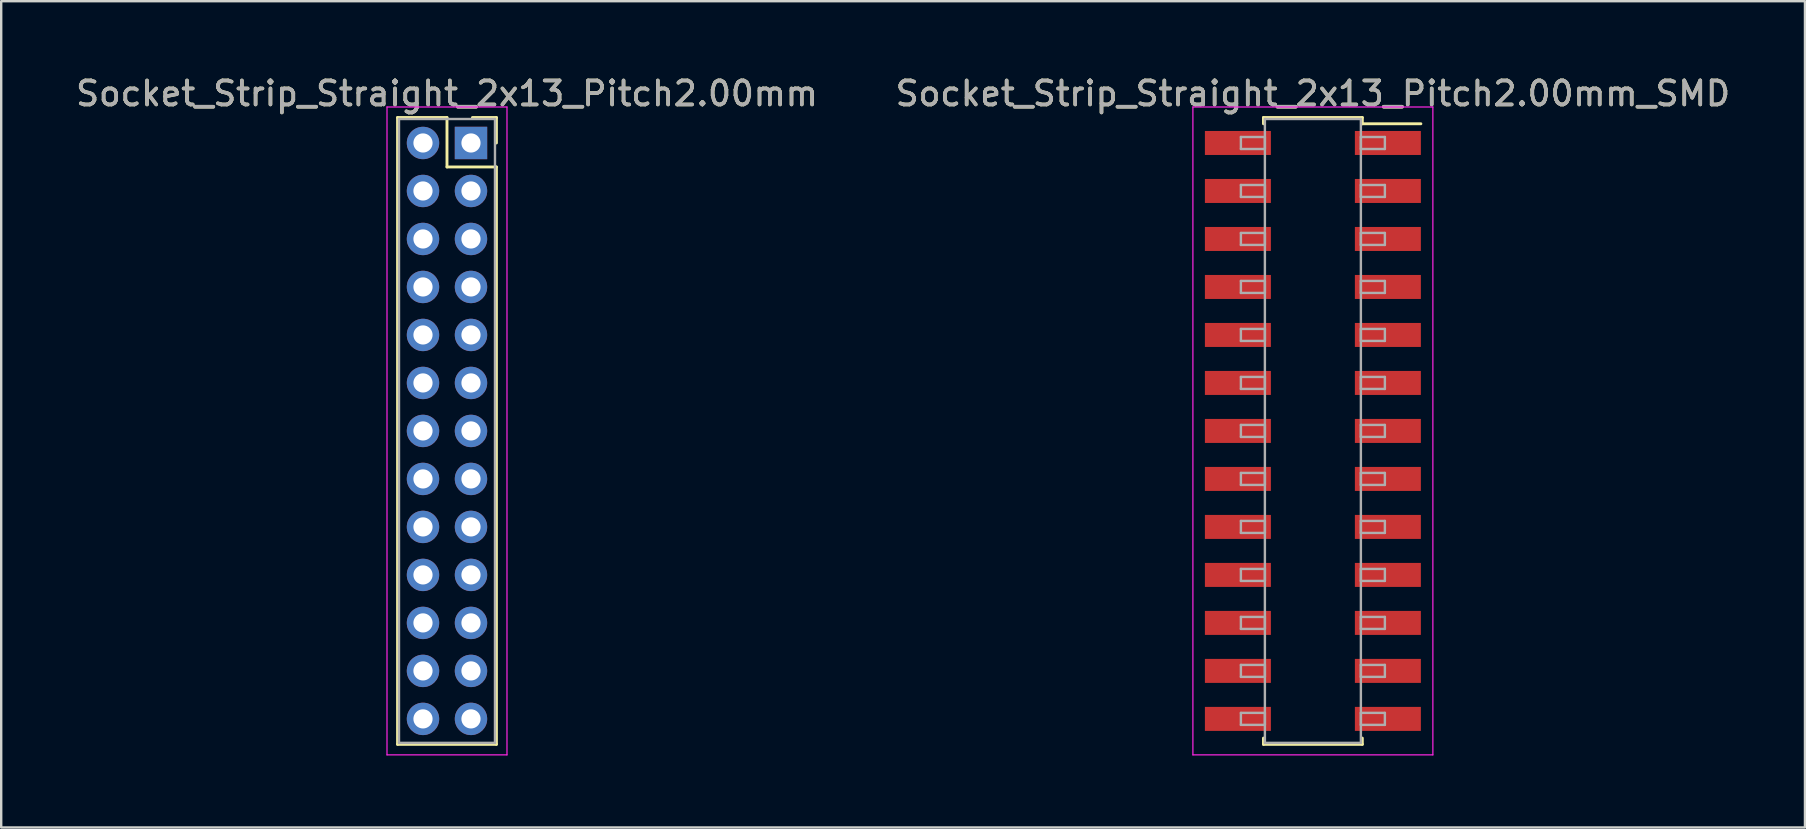
<source format=kicad_pcb>
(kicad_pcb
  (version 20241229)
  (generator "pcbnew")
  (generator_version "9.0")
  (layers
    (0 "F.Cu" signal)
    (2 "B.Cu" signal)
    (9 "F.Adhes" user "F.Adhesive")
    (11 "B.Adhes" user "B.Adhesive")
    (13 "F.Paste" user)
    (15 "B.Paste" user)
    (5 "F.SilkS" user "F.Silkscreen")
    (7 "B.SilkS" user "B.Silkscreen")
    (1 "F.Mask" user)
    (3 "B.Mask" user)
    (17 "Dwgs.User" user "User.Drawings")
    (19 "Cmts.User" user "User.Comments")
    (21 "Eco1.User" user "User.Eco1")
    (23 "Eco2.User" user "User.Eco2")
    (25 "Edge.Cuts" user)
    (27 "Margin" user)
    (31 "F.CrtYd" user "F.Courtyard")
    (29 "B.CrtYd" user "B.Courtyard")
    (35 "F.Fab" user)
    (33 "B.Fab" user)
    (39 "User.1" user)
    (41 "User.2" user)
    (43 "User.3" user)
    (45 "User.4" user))
  (footprint "Socket_Strip_Straight_2x13_Pitch2.00mm"
    (layer "F.Cu")
    (at 16.577 2.908)
    (property "Reference" "Socket_Strip_Straight_2x13_Pitch2.00mm" (at -1 -2.06 0) (layer "F.SilkS") (effects (font (size 1 1) (thickness 0.15))))
    (attr through_hole)
    (fp_line (start -3.06 -1.06) (end -1 -1.06) (stroke (width 0.12) (type solid)) (layer "F.SilkS"))
    (fp_line (start -3.06 25.06) (end -3.06 -1.06) (stroke (width 0.12) (type solid)) (layer "F.SilkS"))
    (fp_line (start -1 -1.06) (end -1 1) (stroke (width 0.12) (type solid)) (layer "F.SilkS"))
    (fp_line (start -1 1) (end 1.06 1) (stroke (width 0.12) (type solid)) (layer "F.SilkS"))
    (fp_line (start 1.06 -1.06) (end 0.06 -1.06) (stroke (width 0.12) (type solid)) (layer "F.SilkS"))
    (fp_line (start 1.06 0) (end 1.06 -1.06) (stroke (width 0.12) (type solid)) (layer "F.SilkS"))
    (fp_line (start 1.06 1) (end 1.06 25.06) (stroke (width 0.12) (type solid)) (layer "F.SilkS"))
    (fp_line (start 1.06 25.06) (end -3.06 25.06) (stroke (width 0.12) (type solid)) (layer "F.SilkS"))
    (fp_line (start -3.5 -1.5) (end -3.5 25.5) (stroke (width 0.05) (type solid)) (layer "F.CrtYd"))
    (fp_line (start -3.5 25.5) (end 1.5 25.5) (stroke (width 0.05) (type solid)) (layer "F.CrtYd"))
    (fp_line (start 1.5 -1.5) (end -3.5 -1.5) (stroke (width 0.05) (type solid)) (layer "F.CrtYd"))
    (fp_line (start 1.5 25.5) (end 1.5 -1.5) (stroke (width 0.05) (type solid)) (layer "F.CrtYd"))
    (fp_line (start -3 -1) (end -3 25) (stroke (width 0.1) (type solid)) (layer "F.Fab"))
    (fp_line (start -3 25) (end 1 25) (stroke (width 0.1) (type solid)) (layer "F.Fab"))
    (fp_line (start 1 -1) (end -3 -1) (stroke (width 0.1) (type solid)) (layer "F.Fab"))
    (fp_line (start 1 25) (end 1 -1) (stroke (width 0.1) (type solid)) (layer "F.Fab"))
    (fp_text user "${REFERENCE}" (at -1 -2.06 0) (layer "F.Fab") (effects (font (size 1 1) (thickness 0.15))))
    (pad "1" thru_hole rect (at 0 0) (size 1.35 1.35) (drill 0.8) (layers "*.Cu" "*.Mask"))
    (pad "2" thru_hole oval (at -2 0) (size 1.35 1.35) (drill 0.8) (layers "*.Cu" "*.Mask"))
    (pad "3" thru_hole oval (at 0 2) (size 1.35 1.35) (drill 0.8) (layers "*.Cu" "*.Mask"))
    (pad "4" thru_hole oval (at -2 2) (size 1.35 1.35) (drill 0.8) (layers "*.Cu" "*.Mask"))
    (pad "5" thru_hole oval (at 0 4) (size 1.35 1.35) (drill 0.8) (layers "*.Cu" "*.Mask"))
    (pad "6" thru_hole oval (at -2 4) (size 1.35 1.35) (drill 0.8) (layers "*.Cu" "*.Mask"))
    (pad "7" thru_hole oval (at 0 6) (size 1.35 1.35) (drill 0.8) (layers "*.Cu" "*.Mask"))
    (pad "8" thru_hole oval (at -2 6) (size 1.35 1.35) (drill 0.8) (layers "*.Cu" "*.Mask"))
    (pad "9" thru_hole oval (at 0 8) (size 1.35 1.35) (drill 0.8) (layers "*.Cu" "*.Mask"))
    (pad "10" thru_hole oval (at -2 8) (size 1.35 1.35) (drill 0.8) (layers "*.Cu" "*.Mask"))
    (pad "11" thru_hole oval (at 0 10) (size 1.35 1.35) (drill 0.8) (layers "*.Cu" "*.Mask"))
    (pad "12" thru_hole oval (at -2 10) (size 1.35 1.35) (drill 0.8) (layers "*.Cu" "*.Mask"))
    (pad "13" thru_hole oval (at 0 12) (size 1.35 1.35) (drill 0.8) (layers "*.Cu" "*.Mask"))
    (pad "14" thru_hole oval (at -2 12) (size 1.35 1.35) (drill 0.8) (layers "*.Cu" "*.Mask"))
    (pad "15" thru_hole oval (at 0 14) (size 1.35 1.35) (drill 0.8) (layers "*.Cu" "*.Mask"))
    (pad "16" thru_hole oval (at -2 14) (size 1.35 1.35) (drill 0.8) (layers "*.Cu" "*.Mask"))
    (pad "17" thru_hole oval (at 0 16) (size 1.35 1.35) (drill 0.8) (layers "*.Cu" "*.Mask"))
    (pad "18" thru_hole oval (at -2 16) (size 1.35 1.35) (drill 0.8) (layers "*.Cu" "*.Mask"))
    (pad "19" thru_hole oval (at 0 18) (size 1.35 1.35) (drill 0.8) (layers "*.Cu" "*.Mask"))
    (pad "20" thru_hole oval (at -2 18) (size 1.35 1.35) (drill 0.8) (layers "*.Cu" "*.Mask"))
    (pad "21" thru_hole oval (at 0 20) (size 1.35 1.35) (drill 0.8) (layers "*.Cu" "*.Mask"))
    (pad "22" thru_hole oval (at -2 20) (size 1.35 1.35) (drill 0.8) (layers "*.Cu" "*.Mask"))
    (pad "23" thru_hole oval (at 0 22) (size 1.35 1.35) (drill 0.8) (layers "*.Cu" "*.Mask"))
    (pad "24" thru_hole oval (at -2 22) (size 1.35 1.35) (drill 0.8) (layers "*.Cu" "*.Mask"))
    (pad "25" thru_hole oval (at 0 24) (size 1.35 1.35) (drill 0.8) (layers "*.Cu" "*.Mask"))
    (pad "26" thru_hole oval (at -2 24) (size 1.35 1.35) (drill 0.8) (layers "*.Cu" "*.Mask")))
  (footprint "Socket_Strip_Straight_2x13_Pitch2.00mm_SMD"
    (layer "F.Cu")
    (at 51.661 14.908)
    (property "Reference" "Socket_Strip_Straight_2x13_Pitch2.00mm_SMD" (at 0 -14.06 0) (layer "F.SilkS") (effects (font (size 1 1) (thickness 0.15))))
    (attr smd)
    (fp_line (start -2.06 -13.06) (end 2.06 -13.06) (stroke (width 0.12) (type solid)) (layer "F.SilkS"))
    (fp_line (start -2.06 -12.8) (end -2.06 -13.06) (stroke (width 0.12) (type solid)) (layer "F.SilkS"))
    (fp_line (start -2.06 12.8) (end -2.06 13.06) (stroke (width 0.12) (type solid)) (layer "F.SilkS"))
    (fp_line (start -2.06 13.06) (end 2.06 13.06) (stroke (width 0.12) (type solid)) (layer "F.SilkS"))
    (fp_line (start 2.06 -13.06) (end 2.06 -12.8) (stroke (width 0.12) (type solid)) (layer "F.SilkS"))
    (fp_line (start 2.06 13.06) (end 2.06 12.8) (stroke (width 0.12) (type solid)) (layer "F.SilkS"))
    (fp_line (start 4.5 -12.8) (end 2.06 -12.8) (stroke (width 0.12) (type solid)) (layer "F.SilkS"))
    (fp_line (start -5 -13.5) (end -5 13.5) (stroke (width 0.05) (type solid)) (layer "F.CrtYd"))
    (fp_line (start -5 13.5) (end 5 13.5) (stroke (width 0.05) (type solid)) (layer "F.CrtYd"))
    (fp_line (start 5 -13.5) (end -5 -13.5) (stroke (width 0.05) (type solid)) (layer "F.CrtYd"))
    (fp_line (start 5 13.5) (end 5 -13.5) (stroke (width 0.05) (type solid)) (layer "F.CrtYd"))
    (fp_line (start -3 -12.25) (end -2 -12.25) (stroke (width 0.1) (type solid)) (layer "F.Fab"))
    (fp_line (start -3 -11.75) (end -3 -12.25) (stroke (width 0.1) (type solid)) (layer "F.Fab"))
    (fp_line (start -3 -10.25) (end -2 -10.25) (stroke (width 0.1) (type solid)) (layer "F.Fab"))
    (fp_line (start -3 -9.75) (end -3 -10.25) (stroke (width 0.1) (type solid)) (layer "F.Fab"))
    (fp_line (start -3 -8.25) (end -2 -8.25) (stroke (width 0.1) (type solid)) (layer "F.Fab"))
    (fp_line (start -3 -7.75) (end -3 -8.25) (stroke (width 0.1) (type solid)) (layer "F.Fab"))
    (fp_line (start -3 -6.25) (end -2 -6.25) (stroke (width 0.1) (type solid)) (layer "F.Fab"))
    (fp_line (start -3 -5.75) (end -3 -6.25) (stroke (width 0.1) (type solid)) (layer "F.Fab"))
    (fp_line (start -3 -4.25) (end -2 -4.25) (stroke (width 0.1) (type solid)) (layer "F.Fab"))
    (fp_line (start -3 -3.75) (end -3 -4.25) (stroke (width 0.1) (type solid)) (layer "F.Fab"))
    (fp_line (start -3 -2.25) (end -2 -2.25) (stroke (width 0.1) (type solid)) (layer "F.Fab"))
    (fp_line (start -3 -1.75) (end -3 -2.25) (stroke (width 0.1) (type solid)) (layer "F.Fab"))
    (fp_line (start -3 -0.25) (end -2 -0.25) (stroke (width 0.1) (type solid)) (layer "F.Fab"))
    (fp_line (start -3 0.25) (end -3 -0.25) (stroke (width 0.1) (type solid)) (layer "F.Fab"))
    (fp_line (start -3 1.75) (end -2 1.75) (stroke (width 0.1) (type solid)) (layer "F.Fab"))
    (fp_line (start -3 2.25) (end -3 1.75) (stroke (width 0.1) (type solid)) (layer "F.Fab"))
    (fp_line (start -3 3.75) (end -2 3.75) (stroke (width 0.1) (type solid)) (layer "F.Fab"))
    (fp_line (start -3 4.25) (end -3 3.75) (stroke (width 0.1) (type solid)) (layer "F.Fab"))
    (fp_line (start -3 5.75) (end -2 5.75) (stroke (width 0.1) (type solid)) (layer "F.Fab"))
    (fp_line (start -3 6.25) (end -3 5.75) (stroke (width 0.1) (type solid)) (layer "F.Fab"))
    (fp_line (start -3 7.75) (end -2 7.75) (stroke (width 0.1) (type solid)) (layer "F.Fab"))
    (fp_line (start -3 8.25) (end -3 7.75) (stroke (width 0.1) (type solid)) (layer "F.Fab"))
    (fp_line (start -3 9.75) (end -2 9.75) (stroke (width 0.1) (type solid)) (layer "F.Fab"))
    (fp_line (start -3 10.25) (end -3 9.75) (stroke (width 0.1) (type solid)) (layer "F.Fab"))
    (fp_line (start -3 11.75) (end -2 11.75) (stroke (width 0.1) (type solid)) (layer "F.Fab"))
    (fp_line (start -3 12.25) (end -3 11.75) (stroke (width 0.1) (type solid)) (layer "F.Fab"))
    (fp_line (start -2 -13) (end -2 13) (stroke (width 0.1) (type solid)) (layer "F.Fab"))
    (fp_line (start -2 -12.25) (end -2 -11.75) (stroke (width 0.1) (type solid)) (layer "F.Fab"))
    (fp_line (start -2 -11.75) (end -3 -11.75) (stroke (width 0.1) (type solid)) (layer "F.Fab"))
    (fp_line (start -2 -10.25) (end -2 -9.75) (stroke (width 0.1) (type solid)) (layer "F.Fab"))
    (fp_line (start -2 -9.75) (end -3 -9.75) (stroke (width 0.1) (type solid)) (layer "F.Fab"))
    (fp_line (start -2 -8.25) (end -2 -7.75) (stroke (width 0.1) (type solid)) (layer "F.Fab"))
    (fp_line (start -2 -7.75) (end -3 -7.75) (stroke (width 0.1) (type solid)) (layer "F.Fab"))
    (fp_line (start -2 -6.25) (end -2 -5.75) (stroke (width 0.1) (type solid)) (layer "F.Fab"))
    (fp_line (start -2 -5.75) (end -3 -5.75) (stroke (width 0.1) (type solid)) (layer "F.Fab"))
    (fp_line (start -2 -4.25) (end -2 -3.75) (stroke (width 0.1) (type solid)) (layer "F.Fab"))
    (fp_line (start -2 -3.75) (end -3 -3.75) (stroke (width 0.1) (type solid)) (layer "F.Fab"))
    (fp_line (start -2 -2.25) (end -2 -1.75) (stroke (width 0.1) (type solid)) (layer "F.Fab"))
    (fp_line (start -2 -1.75) (end -3 -1.75) (stroke (width 0.1) (type solid)) (layer "F.Fab"))
    (fp_line (start -2 -0.25) (end -2 0.25) (stroke (width 0.1) (type solid)) (layer "F.Fab"))
    (fp_line (start -2 0.25) (end -3 0.25) (stroke (width 0.1) (type solid)) (layer "F.Fab"))
    (fp_line (start -2 1.75) (end -2 2.25) (stroke (width 0.1) (type solid)) (layer "F.Fab"))
    (fp_line (start -2 2.25) (end -3 2.25) (stroke (width 0.1) (type solid)) (layer "F.Fab"))
    (fp_line (start -2 3.75) (end -2 4.25) (stroke (width 0.1) (type solid)) (layer "F.Fab"))
    (fp_line (start -2 4.25) (end -3 4.25) (stroke (width 0.1) (type solid)) (layer "F.Fab"))
    (fp_line (start -2 5.75) (end -2 6.25) (stroke (width 0.1) (type solid)) (layer "F.Fab"))
    (fp_line (start -2 6.25) (end -3 6.25) (stroke (width 0.1) (type solid)) (layer "F.Fab"))
    (fp_line (start -2 7.75) (end -2 8.25) (stroke (width 0.1) (type solid)) (layer "F.Fab"))
    (fp_line (start -2 8.25) (end -3 8.25) (stroke (width 0.1) (type solid)) (layer "F.Fab"))
    (fp_line (start -2 9.75) (end -2 10.25) (stroke (width 0.1) (type solid)) (layer "F.Fab"))
    (fp_line (start -2 10.25) (end -3 10.25) (stroke (width 0.1) (type solid)) (layer "F.Fab"))
    (fp_line (start -2 11.75) (end -2 12.25) (stroke (width 0.1) (type solid)) (layer "F.Fab"))
    (fp_line (start -2 12.25) (end -3 12.25) (stroke (width 0.1) (type solid)) (layer "F.Fab"))
    (fp_line (start -2 13) (end 2 13) (stroke (width 0.1) (type solid)) (layer "F.Fab"))
    (fp_line (start 2 -13) (end -2 -13) (stroke (width 0.1) (type solid)) (layer "F.Fab"))
    (fp_line (start 2 -12.25) (end 2 -11.75) (stroke (width 0.1) (type solid)) (layer "F.Fab"))
    (fp_line (start 2 -11.75) (end 3 -11.75) (stroke (width 0.1) (type solid)) (layer "F.Fab"))
    (fp_line (start 2 -10.25) (end 2 -9.75) (stroke (width 0.1) (type solid)) (layer "F.Fab"))
    (fp_line (start 2 -9.75) (end 3 -9.75) (stroke (width 0.1) (type solid)) (layer "F.Fab"))
    (fp_line (start 2 -8.25) (end 2 -7.75) (stroke (width 0.1) (type solid)) (layer "F.Fab"))
    (fp_line (start 2 -7.75) (end 3 -7.75) (stroke (width 0.1) (type solid)) (layer "F.Fab"))
    (fp_line (start 2 -6.25) (end 2 -5.75) (stroke (width 0.1) (type solid)) (layer "F.Fab"))
    (fp_line (start 2 -5.75) (end 3 -5.75) (stroke (width 0.1) (type solid)) (layer "F.Fab"))
    (fp_line (start 2 -4.25) (end 2 -3.75) (stroke (width 0.1) (type solid)) (layer "F.Fab"))
    (fp_line (start 2 -3.75) (end 3 -3.75) (stroke (width 0.1) (type solid)) (layer "F.Fab"))
    (fp_line (start 2 -2.25) (end 2 -1.75) (stroke (width 0.1) (type solid)) (layer "F.Fab"))
    (fp_line (start 2 -1.75) (end 3 -1.75) (stroke (width 0.1) (type solid)) (layer "F.Fab"))
    (fp_line (start 2 -0.25) (end 2 0.25) (stroke (width 0.1) (type solid)) (layer "F.Fab"))
    (fp_line (start 2 0.25) (end 3 0.25) (stroke (width 0.1) (type solid)) (layer "F.Fab"))
    (fp_line (start 2 1.75) (end 2 2.25) (stroke (width 0.1) (type solid)) (layer "F.Fab"))
    (fp_line (start 2 2.25) (end 3 2.25) (stroke (width 0.1) (type solid)) (layer "F.Fab"))
    (fp_line (start 2 3.75) (end 2 4.25) (stroke (width 0.1) (type solid)) (layer "F.Fab"))
    (fp_line (start 2 4.25) (end 3 4.25) (stroke (width 0.1) (type solid)) (layer "F.Fab"))
    (fp_line (start 2 5.75) (end 2 6.25) (stroke (width 0.1) (type solid)) (layer "F.Fab"))
    (fp_line (start 2 6.25) (end 3 6.25) (stroke (width 0.1) (type solid)) (layer "F.Fab"))
    (fp_line (start 2 7.75) (end 2 8.25) (stroke (width 0.1) (type solid)) (layer "F.Fab"))
    (fp_line (start 2 8.25) (end 3 8.25) (stroke (width 0.1) (type solid)) (layer "F.Fab"))
    (fp_line (start 2 9.75) (end 2 10.25) (stroke (width 0.1) (type solid)) (layer "F.Fab"))
    (fp_line (start 2 10.25) (end 3 10.25) (stroke (width 0.1) (type solid)) (layer "F.Fab"))
    (fp_line (start 2 11.75) (end 2 12.25) (stroke (width 0.1) (type solid)) (layer "F.Fab"))
    (fp_line (start 2 12.25) (end 3 12.25) (stroke (width 0.1) (type solid)) (layer "F.Fab"))
    (fp_line (start 2 13) (end 2 -13) (stroke (width 0.1) (type solid)) (layer "F.Fab"))
    (fp_line (start 3 -12.25) (end 2 -12.25) (stroke (width 0.1) (type solid)) (layer "F.Fab"))
    (fp_line (start 3 -11.75) (end 3 -12.25) (stroke (width 0.1) (type solid)) (layer "F.Fab"))
    (fp_line (start 3 -10.25) (end 2 -10.25) (stroke (width 0.1) (type solid)) (layer "F.Fab"))
    (fp_line (start 3 -9.75) (end 3 -10.25) (stroke (width 0.1) (type solid)) (layer "F.Fab"))
    (fp_line (start 3 -8.25) (end 2 -8.25) (stroke (width 0.1) (type solid)) (layer "F.Fab"))
    (fp_line (start 3 -7.75) (end 3 -8.25) (stroke (width 0.1) (type solid)) (layer "F.Fab"))
    (fp_line (start 3 -6.25) (end 2 -6.25) (stroke (width 0.1) (type solid)) (layer "F.Fab"))
    (fp_line (start 3 -5.75) (end 3 -6.25) (stroke (width 0.1) (type solid)) (layer "F.Fab"))
    (fp_line (start 3 -4.25) (end 2 -4.25) (stroke (width 0.1) (type solid)) (layer "F.Fab"))
    (fp_line (start 3 -3.75) (end 3 -4.25) (stroke (width 0.1) (type solid)) (layer "F.Fab"))
    (fp_line (start 3 -2.25) (end 2 -2.25) (stroke (width 0.1) (type solid)) (layer "F.Fab"))
    (fp_line (start 3 -1.75) (end 3 -2.25) (stroke (width 0.1) (type solid)) (layer "F.Fab"))
    (fp_line (start 3 -0.25) (end 2 -0.25) (stroke (width 0.1) (type solid)) (layer "F.Fab"))
    (fp_line (start 3 0.25) (end 3 -0.25) (stroke (width 0.1) (type solid)) (layer "F.Fab"))
    (fp_line (start 3 1.75) (end 2 1.75) (stroke (width 0.1) (type solid)) (layer "F.Fab"))
    (fp_line (start 3 2.25) (end 3 1.75) (stroke (width 0.1) (type solid)) (layer "F.Fab"))
    (fp_line (start 3 3.75) (end 2 3.75) (stroke (width 0.1) (type solid)) (layer "F.Fab"))
    (fp_line (start 3 4.25) (end 3 3.75) (stroke (width 0.1) (type solid)) (layer "F.Fab"))
    (fp_line (start 3 5.75) (end 2 5.75) (stroke (width 0.1) (type solid)) (layer "F.Fab"))
    (fp_line (start 3 6.25) (end 3 5.75) (stroke (width 0.1) (type solid)) (layer "F.Fab"))
    (fp_line (start 3 7.75) (end 2 7.75) (stroke (width 0.1) (type solid)) (layer "F.Fab"))
    (fp_line (start 3 8.25) (end 3 7.75) (stroke (width 0.1) (type solid)) (layer "F.Fab"))
    (fp_line (start 3 9.75) (end 2 9.75) (stroke (width 0.1) (type solid)) (layer "F.Fab"))
    (fp_line (start 3 10.25) (end 3 9.75) (stroke (width 0.1) (type solid)) (layer "F.Fab"))
    (fp_line (start 3 11.75) (end 2 11.75) (stroke (width 0.1) (type solid)) (layer "F.Fab"))
    (fp_line (start 3 12.25) (end 3 11.75) (stroke (width 0.1) (type solid)) (layer "F.Fab"))
    (fp_text user "${REFERENCE}" (at 0 -14.06 0) (layer "F.Fab") (effects (font (size 1 1) (thickness 0.15))))
    (pad "1" smd rect (at 3.125 -12) (size 2.75 1) (layers "F.Cu" "F.Mask" "F.Paste"))
    (pad "2" smd rect (at -3.125 -12) (size 2.75 1) (layers "F.Cu" "F.Mask" "F.Paste"))
    (pad "3" smd rect (at 3.125 -10) (size 2.75 1) (layers "F.Cu" "F.Mask" "F.Paste"))
    (pad "4" smd rect (at -3.125 -10) (size 2.75 1) (layers "F.Cu" "F.Mask" "F.Paste"))
    (pad "5" smd rect (at 3.125 -8) (size 2.75 1) (layers "F.Cu" "F.Mask" "F.Paste"))
    (pad "6" smd rect (at -3.125 -8) (size 2.75 1) (layers "F.Cu" "F.Mask" "F.Paste"))
    (pad "7" smd rect (at 3.125 -6) (size 2.75 1) (layers "F.Cu" "F.Mask" "F.Paste"))
    (pad "8" smd rect (at -3.125 -6) (size 2.75 1) (layers "F.Cu" "F.Mask" "F.Paste"))
    (pad "9" smd rect (at 3.125 -4) (size 2.75 1) (layers "F.Cu" "F.Mask" "F.Paste"))
    (pad "10" smd rect (at -3.125 -4) (size 2.75 1) (layers "F.Cu" "F.Mask" "F.Paste"))
    (pad "11" smd rect (at 3.125 -2) (size 2.75 1) (layers "F.Cu" "F.Mask" "F.Paste"))
    (pad "12" smd rect (at -3.125 -2) (size 2.75 1) (layers "F.Cu" "F.Mask" "F.Paste"))
    (pad "13" smd rect (at 3.125 0) (size 2.75 1) (layers "F.Cu" "F.Mask" "F.Paste"))
    (pad "14" smd rect (at -3.125 0) (size 2.75 1) (layers "F.Cu" "F.Mask" "F.Paste"))
    (pad "15" smd rect (at 3.125 2) (size 2.75 1) (layers "F.Cu" "F.Mask" "F.Paste"))
    (pad "16" smd rect (at -3.125 2) (size 2.75 1) (layers "F.Cu" "F.Mask" "F.Paste"))
    (pad "17" smd rect (at 3.125 4) (size 2.75 1) (layers "F.Cu" "F.Mask" "F.Paste"))
    (pad "18" smd rect (at -3.125 4) (size 2.75 1) (layers "F.Cu" "F.Mask" "F.Paste"))
    (pad "19" smd rect (at 3.125 6) (size 2.75 1) (layers "F.Cu" "F.Mask" "F.Paste"))
    (pad "20" smd rect (at -3.125 6) (size 2.75 1) (layers "F.Cu" "F.Mask" "F.Paste"))
    (pad "21" smd rect (at 3.125 8) (size 2.75 1) (layers "F.Cu" "F.Mask" "F.Paste"))
    (pad "22" smd rect (at -3.125 8) (size 2.75 1) (layers "F.Cu" "F.Mask" "F.Paste"))
    (pad "23" smd rect (at 3.125 10) (size 2.75 1) (layers "F.Cu" "F.Mask" "F.Paste"))
    (pad "24" smd rect (at -3.125 10) (size 2.75 1) (layers "F.Cu" "F.Mask" "F.Paste"))
    (pad "25" smd rect (at 3.125 12) (size 2.75 1) (layers "F.Cu" "F.Mask" "F.Paste"))
    (pad "26" smd rect (at -3.125 12) (size 2.75 1) (layers "F.Cu" "F.Mask" "F.Paste")))
  (gr_rect
    (start -3 -3)
    (end 72.167 31.433)
    (stroke (width 0.1) (type default))
    (fill no)
    (layer "Edge.Cuts")))
</source>
